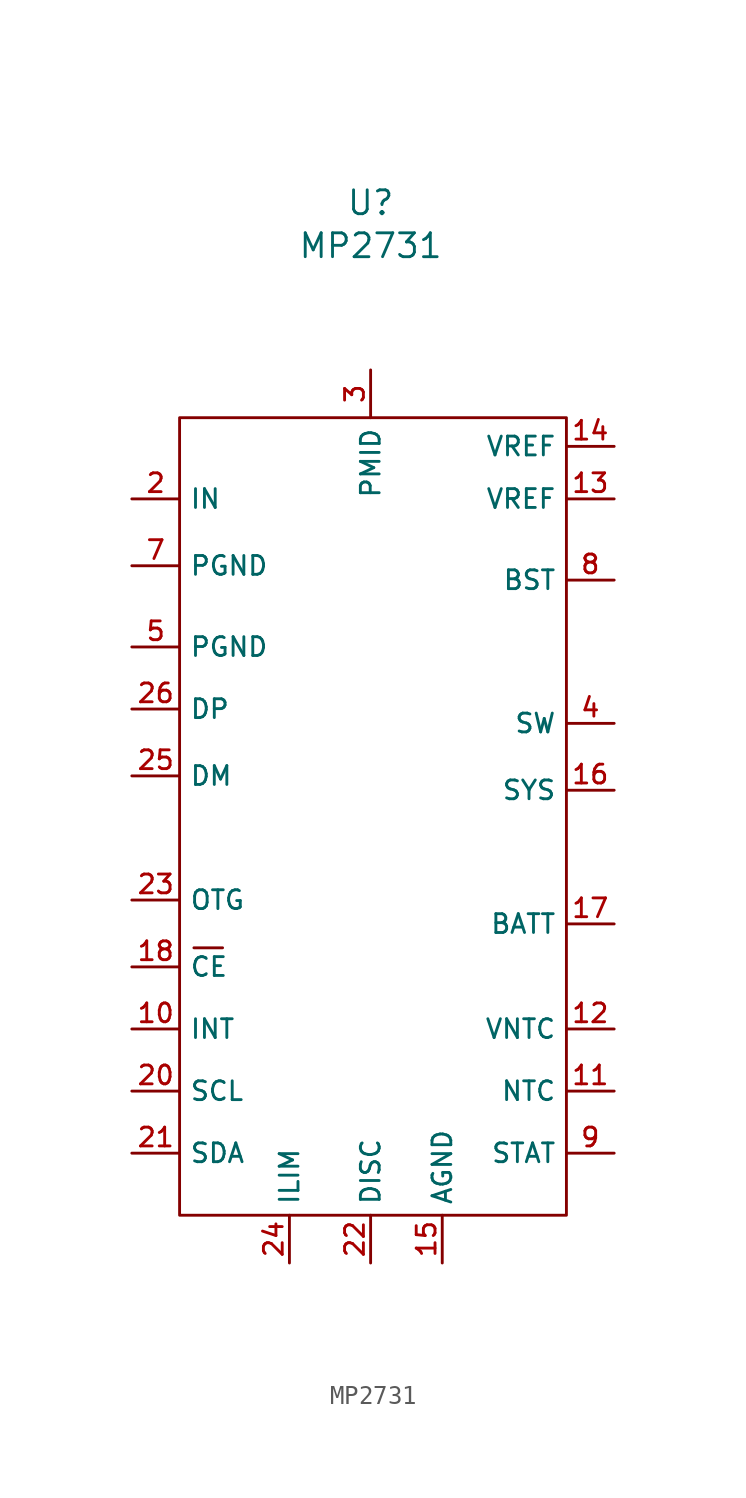
<source format=kicad_sym>
(kicad_symbol_lib
  (version 20211014)
  (generator kicad_symbol_editor)
  (symbol "MP2731"
    (property "Reference" "U"
      (at 0 11.43 0)
      (effects (font (size 1.27 1.27))))
    (property "Value" "MP2731"
      (at 0 9.144 0)
      (effects (font (size 1.27 1.27))))
    (symbol "MP2731_0_1"
      (rectangle (start -10.16 0) (end 10.414 -42.418) (stroke (width 0) (type default) (color 0 0 0 0)) (fill (type none)))
      (polyline (pts (xy -9.398 -28.194) (xy -7.874 -28.194)) (stroke (width 0) (type default) (color 0 0 0 0)) (fill (type none))))
    (symbol "MP2731_1_1"
      (pin input line (at -12.7 -32.512 0) (length 2.54) (name "INT" (effects (font (size 1 1)))) (number "10" (effects (font (size 1 1)))))
      (pin input line (at 12.954 -35.814 180) (length 2.54) (name "NTC" (effects (font (size 1 1)))) (number "11" (effects (font (size 1 1)))))
      (pin input line (at 12.954 -32.512 180) (length 2.54) (name "VNTC" (effects (font (size 1 1)))) (number "12" (effects (font (size 1 1)))))
      (pin input line (at 12.954 -4.318 180) (length 2.54) (name "VREF" (effects (font (size 1 1)))) (number "13" (effects (font (size 1 1)))))
      (pin input line (at 12.954 -1.524 180) (length 2.54) (name "VREF" (effects (font (size 1 1)))) (number "14" (effects (font (size 1 1)))))
      (pin input line (at 3.81 -44.958 90) (length 2.54) (name "AGND" (effects (font (size 1 1)))) (number "15" (effects (font (size 1 1)))))
      (pin input line (at 12.954 -19.812 180) (length 2.54) (name "SYS" (effects (font (size 1 1)))) (number "16" (effects (font (size 1 1)))))
      (pin input line (at 12.954 -26.924 180) (length 2.54) (name "BATT" (effects (font (size 1 1)))) (number "17" (effects (font (size 1 1)))))
      (pin input line (at -12.7 -29.21 0) (length 2.54) (name "CE" (effects (font (size 1 1)))) (number "18" (effects (font (size 1 1)))))
      (pin input line (at -12.7 -4.318 0) (length 2.54) (name "IN" (effects (font (size 1 1)))) (number "2" (effects (font (size 1 1)))))
      (pin input line (at -12.7 -35.814 0) (length 2.54) (name "SCL" (effects (font (size 1 1)))) (number "20" (effects (font (size 1 1)))))
      (pin input line (at -12.7 -39.116 0) (length 2.54) (name "SDA" (effects (font (size 1 1)))) (number "21" (effects (font (size 1 1)))))
      (pin input line (at 0 -44.958 90) (length 2.54) (name "DISC" (effects (font (size 1 1)))) (number "22" (effects (font (size 1 1)))))
      (pin input line (at -12.7 -25.654 0) (length 2.54) (name "OTG" (effects (font (size 1 1)))) (number "23" (effects (font (size 1 1)))))
      (pin input line (at -4.318 -44.958 90) (length 2.54) (name "ILIM" (effects (font (size 1 1)))) (number "24" (effects (font (size 1 1)))))
      (pin input line (at -12.7 -19.05 0) (length 2.54) (name "DM" (effects (font (size 1 1)))) (number "25" (effects (font (size 1 1)))))
      (pin input line (at -12.7 -15.494 0) (length 2.54) (name "DP" (effects (font (size 1 1)))) (number "26" (effects (font (size 1 1)))))
      (pin input line (at 0 2.54 270) (length 2.54) (name "PMID" (effects (font (size 1 1)))) (number "3" (effects (font (size 1 1)))))
      (pin input line (at 12.954 -16.256 180) (length 2.54) (name "SW" (effects (font (size 1 1)))) (number "4" (effects (font (size 1 1)))))
      (pin input line (at -12.7 -12.192 0) (length 2.54) (name "PGND" (effects (font (size 1 1)))) (number "5" (effects (font (size 1 1)))))
      (pin input line (at -12.7 -7.874 0) (length 2.54) (name "PGND" (effects (font (size 1 1)))) (number "7" (effects (font (size 1 1)))))
      (pin input line (at 12.954 -8.636 180) (length 2.54) (name "BST" (effects (font (size 1 1)))) (number "8" (effects (font (size 1 1)))))
      (pin input line (at 12.954 -39.116 180) (length 2.54) (name "STAT" (effects (font (size 1 1)))) (number "9" (effects (font (size 1 1))))))))
</source>
